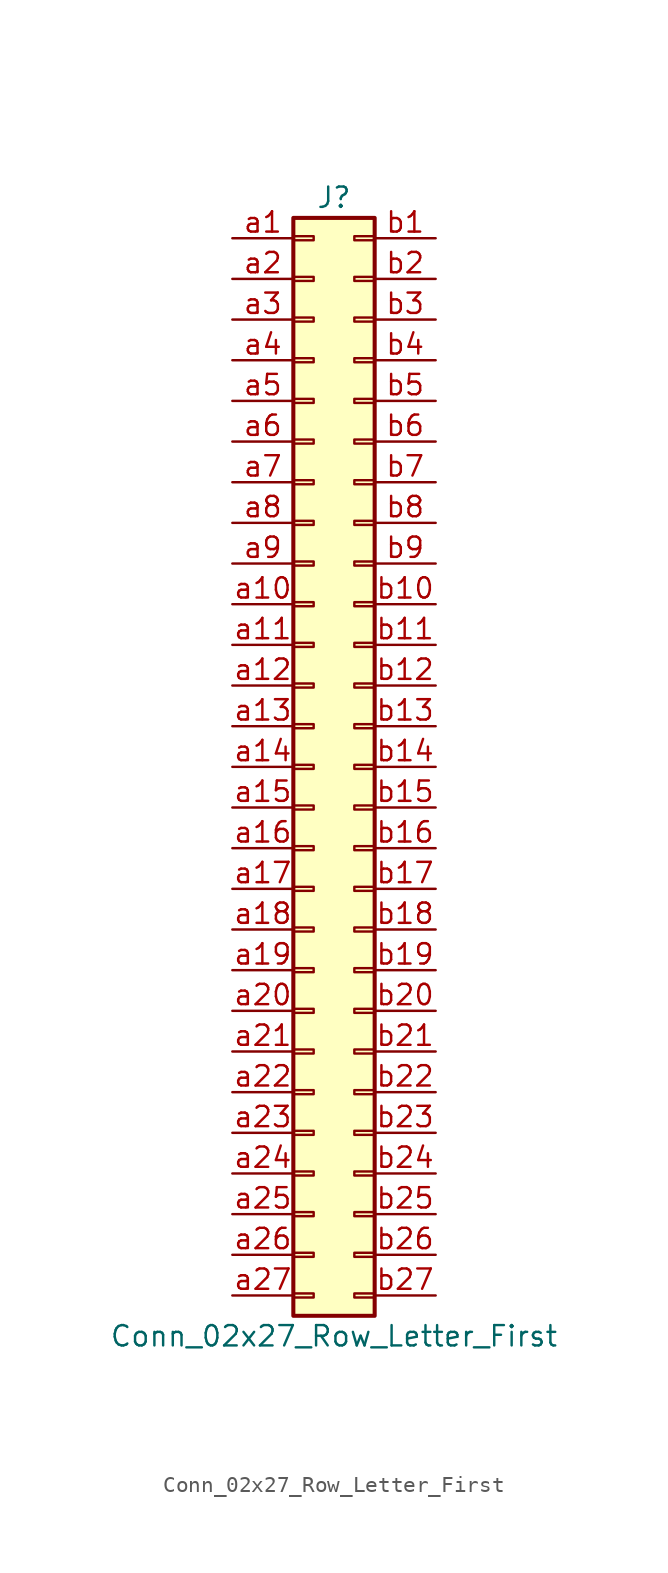
<source format=kicad_sym>
(kicad_symbol_lib
  (version 20220914)
  (generator kicad_symbol_editor)
  (symbol "Conn_02x27_Row_Letter_First"
    (pin_names
      (offset 1.016) hide)
    (property "Reference" "J"
      (at 1.27 35.56 0)
      (effects (font (size 1.27 1.27))))
    (property "Value" "Conn_02x27_Row_Letter_First"
      (at 1.27 -35.56 0)
      (effects (font (size 1.27 1.27))))
    (symbol "Conn_02x27_Row_Letter_First_1_1"
      (rectangle (start -1.27 -32.893) (end 0 -33.147) (stroke (width 0.152) (type default)) (fill (type none)))
      (rectangle (start -1.27 -30.353) (end 0 -30.607) (stroke (width 0.152) (type default)) (fill (type none)))
      (rectangle (start -1.27 -27.813) (end 0 -28.067) (stroke (width 0.152) (type default)) (fill (type none)))
      (rectangle (start -1.27 -25.273) (end 0 -25.527) (stroke (width 0.152) (type default)) (fill (type none)))
      (rectangle (start -1.27 -22.733) (end 0 -22.987) (stroke (width 0.152) (type default)) (fill (type none)))
      (rectangle (start -1.27 -20.193) (end 0 -20.447) (stroke (width 0.152) (type default)) (fill (type none)))
      (rectangle (start -1.27 -17.653) (end 0 -17.907) (stroke (width 0.152) (type default)) (fill (type none)))
      (rectangle (start -1.27 -15.113) (end 0 -15.367) (stroke (width 0.152) (type default)) (fill (type none)))
      (rectangle (start -1.27 -12.573) (end 0 -12.827) (stroke (width 0.152) (type default)) (fill (type none)))
      (rectangle (start -1.27 -10.033) (end 0 -10.287) (stroke (width 0.152) (type default)) (fill (type none)))
      (rectangle (start -1.27 -7.493) (end 0 -7.747) (stroke (width 0.152) (type default)) (fill (type none)))
      (rectangle (start -1.27 -4.953) (end 0 -5.207) (stroke (width 0.152) (type default)) (fill (type none)))
      (rectangle (start -1.27 -2.413) (end 0 -2.667) (stroke (width 0.152) (type default)) (fill (type none)))
      (rectangle (start -1.27 0.127) (end 0 -0.127) (stroke (width 0.152) (type default)) (fill (type none)))
      (rectangle (start -1.27 2.667) (end 0 2.413) (stroke (width 0.152) (type default)) (fill (type none)))
      (rectangle (start -1.27 5.207) (end 0 4.953) (stroke (width 0.152) (type default)) (fill (type none)))
      (rectangle (start -1.27 7.747) (end 0 7.493) (stroke (width 0.152) (type default)) (fill (type none)))
      (rectangle (start -1.27 10.287) (end 0 10.033) (stroke (width 0.152) (type default)) (fill (type none)))
      (rectangle (start -1.27 12.827) (end 0 12.573) (stroke (width 0.152) (type default)) (fill (type none)))
      (rectangle (start -1.27 15.367) (end 0 15.113) (stroke (width 0.152) (type default)) (fill (type none)))
      (rectangle (start -1.27 17.907) (end 0 17.653) (stroke (width 0.152) (type default)) (fill (type none)))
      (rectangle (start -1.27 20.447) (end 0 20.193) (stroke (width 0.152) (type default)) (fill (type none)))
      (rectangle (start -1.27 22.987) (end 0 22.733) (stroke (width 0.152) (type default)) (fill (type none)))
      (rectangle (start -1.27 25.527) (end 0 25.273) (stroke (width 0.152) (type default)) (fill (type none)))
      (rectangle (start -1.27 28.067) (end 0 27.813) (stroke (width 0.152) (type default)) (fill (type none)))
      (rectangle (start -1.27 30.607) (end 0 30.353) (stroke (width 0.152) (type default)) (fill (type none)))
      (rectangle (start -1.27 33.147) (end 0 32.893) (stroke (width 0.152) (type default)) (fill (type none)))
      (rectangle (start -1.27 34.29) (end 3.81 -34.29) (stroke (width 0.254) (type default)) (fill (type background)))
      (rectangle (start 3.81 -32.893) (end 2.54 -33.147) (stroke (width 0.152) (type default)) (fill (type none)))
      (rectangle (start 3.81 -30.353) (end 2.54 -30.607) (stroke (width 0.152) (type default)) (fill (type none)))
      (rectangle (start 3.81 -27.813) (end 2.54 -28.067) (stroke (width 0.152) (type default)) (fill (type none)))
      (rectangle (start 3.81 -25.273) (end 2.54 -25.527) (stroke (width 0.152) (type default)) (fill (type none)))
      (rectangle (start 3.81 -22.733) (end 2.54 -22.987) (stroke (width 0.152) (type default)) (fill (type none)))
      (rectangle (start 3.81 -20.193) (end 2.54 -20.447) (stroke (width 0.152) (type default)) (fill (type none)))
      (rectangle (start 3.81 -17.653) (end 2.54 -17.907) (stroke (width 0.152) (type default)) (fill (type none)))
      (rectangle (start 3.81 -15.113) (end 2.54 -15.367) (stroke (width 0.152) (type default)) (fill (type none)))
      (rectangle (start 3.81 -12.573) (end 2.54 -12.827) (stroke (width 0.152) (type default)) (fill (type none)))
      (rectangle (start 3.81 -10.033) (end 2.54 -10.287) (stroke (width 0.152) (type default)) (fill (type none)))
      (rectangle (start 3.81 -7.493) (end 2.54 -7.747) (stroke (width 0.152) (type default)) (fill (type none)))
      (rectangle (start 3.81 -4.953) (end 2.54 -5.207) (stroke (width 0.152) (type default)) (fill (type none)))
      (rectangle (start 3.81 -2.413) (end 2.54 -2.667) (stroke (width 0.152) (type default)) (fill (type none)))
      (rectangle (start 3.81 0.127) (end 2.54 -0.127) (stroke (width 0.152) (type default)) (fill (type none)))
      (rectangle (start 3.81 2.667) (end 2.54 2.413) (stroke (width 0.152) (type default)) (fill (type none)))
      (rectangle (start 3.81 5.207) (end 2.54 4.953) (stroke (width 0.152) (type default)) (fill (type none)))
      (rectangle (start 3.81 7.747) (end 2.54 7.493) (stroke (width 0.152) (type default)) (fill (type none)))
      (rectangle (start 3.81 10.287) (end 2.54 10.033) (stroke (width 0.152) (type default)) (fill (type none)))
      (rectangle (start 3.81 12.827) (end 2.54 12.573) (stroke (width 0.152) (type default)) (fill (type none)))
      (rectangle (start 3.81 15.367) (end 2.54 15.113) (stroke (width 0.152) (type default)) (fill (type none)))
      (rectangle (start 3.81 17.907) (end 2.54 17.653) (stroke (width 0.152) (type default)) (fill (type none)))
      (rectangle (start 3.81 20.447) (end 2.54 20.193) (stroke (width 0.152) (type default)) (fill (type none)))
      (rectangle (start 3.81 22.987) (end 2.54 22.733) (stroke (width 0.152) (type default)) (fill (type none)))
      (rectangle (start 3.81 25.527) (end 2.54 25.273) (stroke (width 0.152) (type default)) (fill (type none)))
      (rectangle (start 3.81 28.067) (end 2.54 27.813) (stroke (width 0.152) (type default)) (fill (type none)))
      (rectangle (start 3.81 30.607) (end 2.54 30.353) (stroke (width 0.152) (type default)) (fill (type none)))
      (rectangle (start 3.81 33.147) (end 2.54 32.893) (stroke (width 0.152) (type default)) (fill (type none)))
      (pin passive line (at -5.08 33.02 0) (length 3.81) (name "Pin_a1" (effects (font (size 1.27 1.27)))) (number "a1" (effects (font (size 1.27 1.27)))))
      (pin passive line (at -5.08 10.16 0) (length 3.81) (name "Pin_a10" (effects (font (size 1.27 1.27)))) (number "a10" (effects (font (size 1.27 1.27)))))
      (pin passive line (at -5.08 7.62 0) (length 3.81) (name "Pin_a11" (effects (font (size 1.27 1.27)))) (number "a11" (effects (font (size 1.27 1.27)))))
      (pin passive line (at -5.08 5.08 0) (length 3.81) (name "Pin_a12" (effects (font (size 1.27 1.27)))) (number "a12" (effects (font (size 1.27 1.27)))))
      (pin passive line (at -5.08 2.54 0) (length 3.81) (name "Pin_a13" (effects (font (size 1.27 1.27)))) (number "a13" (effects (font (size 1.27 1.27)))))
      (pin passive line (at -5.08 0 0) (length 3.81) (name "Pin_a14" (effects (font (size 1.27 1.27)))) (number "a14" (effects (font (size 1.27 1.27)))))
      (pin passive line (at -5.08 -2.54 0) (length 3.81) (name "Pin_a15" (effects (font (size 1.27 1.27)))) (number "a15" (effects (font (size 1.27 1.27)))))
      (pin passive line (at -5.08 -5.08 0) (length 3.81) (name "Pin_a16" (effects (font (size 1.27 1.27)))) (number "a16" (effects (font (size 1.27 1.27)))))
      (pin passive line (at -5.08 -7.62 0) (length 3.81) (name "Pin_a17" (effects (font (size 1.27 1.27)))) (number "a17" (effects (font (size 1.27 1.27)))))
      (pin passive line (at -5.08 -10.16 0) (length 3.81) (name "Pin_a18" (effects (font (size 1.27 1.27)))) (number "a18" (effects (font (size 1.27 1.27)))))
      (pin passive line (at -5.08 -12.7 0) (length 3.81) (name "Pin_a19" (effects (font (size 1.27 1.27)))) (number "a19" (effects (font (size 1.27 1.27)))))
      (pin passive line (at -5.08 30.48 0) (length 3.81) (name "Pin_a2" (effects (font (size 1.27 1.27)))) (number "a2" (effects (font (size 1.27 1.27)))))
      (pin passive line (at -5.08 -15.24 0) (length 3.81) (name "Pin_a20" (effects (font (size 1.27 1.27)))) (number "a20" (effects (font (size 1.27 1.27)))))
      (pin passive line (at -5.08 -17.78 0) (length 3.81) (name "Pin_a21" (effects (font (size 1.27 1.27)))) (number "a21" (effects (font (size 1.27 1.27)))))
      (pin passive line (at -5.08 -20.32 0) (length 3.81) (name "Pin_a22" (effects (font (size 1.27 1.27)))) (number "a22" (effects (font (size 1.27 1.27)))))
      (pin passive line (at -5.08 -22.86 0) (length 3.81) (name "Pin_a23" (effects (font (size 1.27 1.27)))) (number "a23" (effects (font (size 1.27 1.27)))))
      (pin passive line (at -5.08 -25.4 0) (length 3.81) (name "Pin_a24" (effects (font (size 1.27 1.27)))) (number "a24" (effects (font (size 1.27 1.27)))))
      (pin passive line (at -5.08 -27.94 0) (length 3.81) (name "Pin_a25" (effects (font (size 1.27 1.27)))) (number "a25" (effects (font (size 1.27 1.27)))))
      (pin passive line (at -5.08 -30.48 0) (length 3.81) (name "Pin_a26" (effects (font (size 1.27 1.27)))) (number "a26" (effects (font (size 1.27 1.27)))))
      (pin passive line (at -5.08 -33.02 0) (length 3.81) (name "Pin_a27" (effects (font (size 1.27 1.27)))) (number "a27" (effects (font (size 1.27 1.27)))))
      (pin passive line (at -5.08 27.94 0) (length 3.81) (name "Pin_a3" (effects (font (size 1.27 1.27)))) (number "a3" (effects (font (size 1.27 1.27)))))
      (pin passive line (at -5.08 25.4 0) (length 3.81) (name "Pin_a4" (effects (font (size 1.27 1.27)))) (number "a4" (effects (font (size 1.27 1.27)))))
      (pin passive line (at -5.08 22.86 0) (length 3.81) (name "Pin_a5" (effects (font (size 1.27 1.27)))) (number "a5" (effects (font (size 1.27 1.27)))))
      (pin passive line (at -5.08 20.32 0) (length 3.81) (name "Pin_a6" (effects (font (size 1.27 1.27)))) (number "a6" (effects (font (size 1.27 1.27)))))
      (pin passive line (at -5.08 17.78 0) (length 3.81) (name "Pin_a7" (effects (font (size 1.27 1.27)))) (number "a7" (effects (font (size 1.27 1.27)))))
      (pin passive line (at -5.08 15.24 0) (length 3.81) (name "Pin_a8" (effects (font (size 1.27 1.27)))) (number "a8" (effects (font (size 1.27 1.27)))))
      (pin passive line (at -5.08 12.7 0) (length 3.81) (name "Pin_a9" (effects (font (size 1.27 1.27)))) (number "a9" (effects (font (size 1.27 1.27)))))
      (pin passive line (at 7.62 33.02 180) (length 3.81) (name "Pin_b1" (effects (font (size 1.27 1.27)))) (number "b1" (effects (font (size 1.27 1.27)))))
      (pin passive line (at 7.62 10.16 180) (length 3.81) (name "Pin_b10" (effects (font (size 1.27 1.27)))) (number "b10" (effects (font (size 1.27 1.27)))))
      (pin passive line (at 7.62 7.62 180) (length 3.81) (name "Pin_b11" (effects (font (size 1.27 1.27)))) (number "b11" (effects (font (size 1.27 1.27)))))
      (pin passive line (at 7.62 5.08 180) (length 3.81) (name "Pin_b12" (effects (font (size 1.27 1.27)))) (number "b12" (effects (font (size 1.27 1.27)))))
      (pin passive line (at 7.62 2.54 180) (length 3.81) (name "Pin_b13" (effects (font (size 1.27 1.27)))) (number "b13" (effects (font (size 1.27 1.27)))))
      (pin passive line (at 7.62 0 180) (length 3.81) (name "Pin_b14" (effects (font (size 1.27 1.27)))) (number "b14" (effects (font (size 1.27 1.27)))))
      (pin passive line (at 7.62 -2.54 180) (length 3.81) (name "Pin_b15" (effects (font (size 1.27 1.27)))) (number "b15" (effects (font (size 1.27 1.27)))))
      (pin passive line (at 7.62 -5.08 180) (length 3.81) (name "Pin_b16" (effects (font (size 1.27 1.27)))) (number "b16" (effects (font (size 1.27 1.27)))))
      (pin passive line (at 7.62 -7.62 180) (length 3.81) (name "Pin_b17" (effects (font (size 1.27 1.27)))) (number "b17" (effects (font (size 1.27 1.27)))))
      (pin passive line (at 7.62 -10.16 180) (length 3.81) (name "Pin_b18" (effects (font (size 1.27 1.27)))) (number "b18" (effects (font (size 1.27 1.27)))))
      (pin passive line (at 7.62 -12.7 180) (length 3.81) (name "Pin_b19" (effects (font (size 1.27 1.27)))) (number "b19" (effects (font (size 1.27 1.27)))))
      (pin passive line (at 7.62 30.48 180) (length 3.81) (name "Pin_b2" (effects (font (size 1.27 1.27)))) (number "b2" (effects (font (size 1.27 1.27)))))
      (pin passive line (at 7.62 -15.24 180) (length 3.81) (name "Pin_b20" (effects (font (size 1.27 1.27)))) (number "b20" (effects (font (size 1.27 1.27)))))
      (pin passive line (at 7.62 -17.78 180) (length 3.81) (name "Pin_b21" (effects (font (size 1.27 1.27)))) (number "b21" (effects (font (size 1.27 1.27)))))
      (pin passive line (at 7.62 -20.32 180) (length 3.81) (name "Pin_b22" (effects (font (size 1.27 1.27)))) (number "b22" (effects (font (size 1.27 1.27)))))
      (pin passive line (at 7.62 -22.86 180) (length 3.81) (name "Pin_b23" (effects (font (size 1.27 1.27)))) (number "b23" (effects (font (size 1.27 1.27)))))
      (pin passive line (at 7.62 -25.4 180) (length 3.81) (name "Pin_b24" (effects (font (size 1.27 1.27)))) (number "b24" (effects (font (size 1.27 1.27)))))
      (pin passive line (at 7.62 -27.94 180) (length 3.81) (name "Pin_b25" (effects (font (size 1.27 1.27)))) (number "b25" (effects (font (size 1.27 1.27)))))
      (pin passive line (at 7.62 -30.48 180) (length 3.81) (name "Pin_b26" (effects (font (size 1.27 1.27)))) (number "b26" (effects (font (size 1.27 1.27)))))
      (pin passive line (at 7.62 -33.02 180) (length 3.81) (name "Pin_b27" (effects (font (size 1.27 1.27)))) (number "b27" (effects (font (size 1.27 1.27)))))
      (pin passive line (at 7.62 27.94 180) (length 3.81) (name "Pin_b3" (effects (font (size 1.27 1.27)))) (number "b3" (effects (font (size 1.27 1.27)))))
      (pin passive line (at 7.62 25.4 180) (length 3.81) (name "Pin_b4" (effects (font (size 1.27 1.27)))) (number "b4" (effects (font (size 1.27 1.27)))))
      (pin passive line (at 7.62 22.86 180) (length 3.81) (name "Pin_b5" (effects (font (size 1.27 1.27)))) (number "b5" (effects (font (size 1.27 1.27)))))
      (pin passive line (at 7.62 20.32 180) (length 3.81) (name "Pin_b6" (effects (font (size 1.27 1.27)))) (number "b6" (effects (font (size 1.27 1.27)))))
      (pin passive line (at 7.62 17.78 180) (length 3.81) (name "Pin_b7" (effects (font (size 1.27 1.27)))) (number "b7" (effects (font (size 1.27 1.27)))))
      (pin passive line (at 7.62 15.24 180) (length 3.81) (name "Pin_b8" (effects (font (size 1.27 1.27)))) (number "b8" (effects (font (size 1.27 1.27)))))
      (pin passive line (at 7.62 12.7 180) (length 3.81) (name "Pin_b9" (effects (font (size 1.27 1.27)))) (number "b9" (effects (font (size 1.27 1.27))))))))
</source>
